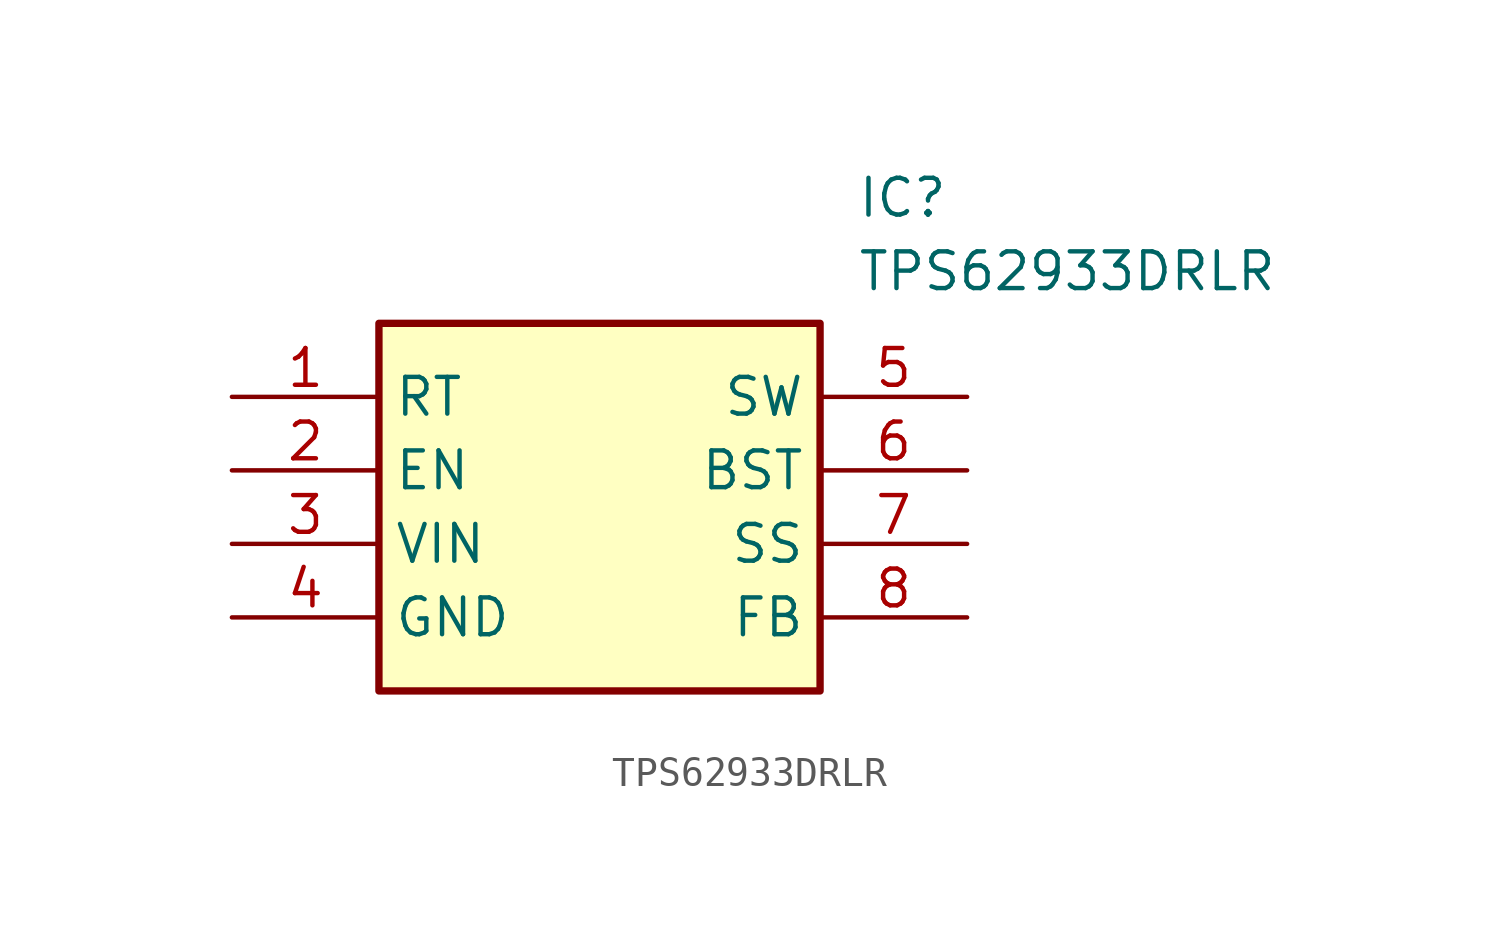
<source format=kicad_sym>
(kicad_symbol_lib
  (version 20211014)
  (generator SamacSys_ECAD_Model)
  (symbol "TPS62933DRLR"
    (property "Reference" "IC"
      (at 21.59 7.62 0)
      (effects (font (size 1.27 1.27)) (justify left top)))
    (property "Value" "TPS62933DRLR"
      (at 21.59 5.08 0)
      (effects (font (size 1.27 1.27)) (justify left top)))
    (rectangle
      (start 5.08 2.54)
      (end 20.32 -10.16)
      (stroke (width 0.254) (type default))
      (fill (type background)))
    (pin passive line
      (at 0 0 0)
      (length 5.08)
      (name "RT" (effects (font (size 1.27 1.27))))
      (number "1" (effects (font (size 1.27 1.27)))))
    (pin passive line
      (at 0 -2.54 0)
      (length 5.08)
      (name "EN" (effects (font (size 1.27 1.27))))
      (number "2" (effects (font (size 1.27 1.27)))))
    (pin passive line
      (at 0 -5.08 0)
      (length 5.08)
      (name "VIN" (effects (font (size 1.27 1.27))))
      (number "3" (effects (font (size 1.27 1.27)))))
    (pin passive line
      (at 0 -7.62 0)
      (length 5.08)
      (name "GND" (effects (font (size 1.27 1.27))))
      (number "4" (effects (font (size 1.27 1.27)))))
    (pin passive line
      (at 25.4 0 180)
      (length 5.08)
      (name "SW" (effects (font (size 1.27 1.27))))
      (number "5" (effects (font (size 1.27 1.27)))))
    (pin passive line
      (at 25.4 -2.54 180)
      (length 5.08)
      (name "BST" (effects (font (size 1.27 1.27))))
      (number "6" (effects (font (size 1.27 1.27)))))
    (pin passive line
      (at 25.4 -5.08 180)
      (length 5.08)
      (name "SS" (effects (font (size 1.27 1.27))))
      (number "7" (effects (font (size 1.27 1.27)))))
    (pin passive line
      (at 25.4 -7.62 180)
      (length 5.08)
      (name "FB" (effects (font (size 1.27 1.27))))
      (number "8" (effects (font (size 1.27 1.27)))))))
</source>
